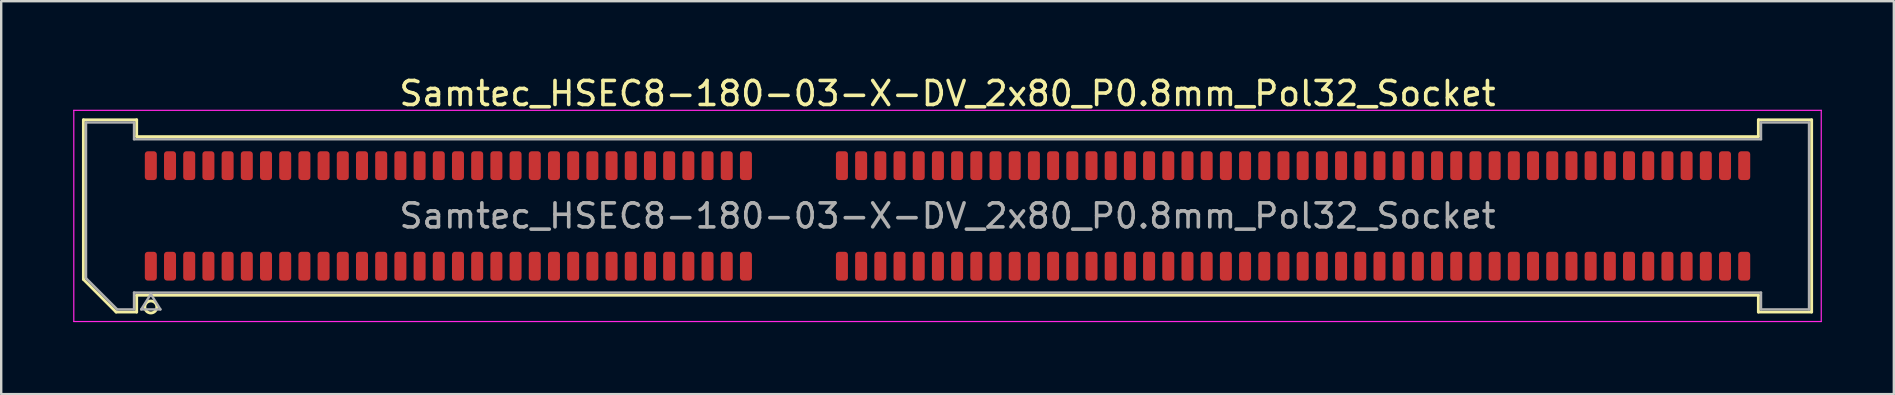
<source format=kicad_pcb>
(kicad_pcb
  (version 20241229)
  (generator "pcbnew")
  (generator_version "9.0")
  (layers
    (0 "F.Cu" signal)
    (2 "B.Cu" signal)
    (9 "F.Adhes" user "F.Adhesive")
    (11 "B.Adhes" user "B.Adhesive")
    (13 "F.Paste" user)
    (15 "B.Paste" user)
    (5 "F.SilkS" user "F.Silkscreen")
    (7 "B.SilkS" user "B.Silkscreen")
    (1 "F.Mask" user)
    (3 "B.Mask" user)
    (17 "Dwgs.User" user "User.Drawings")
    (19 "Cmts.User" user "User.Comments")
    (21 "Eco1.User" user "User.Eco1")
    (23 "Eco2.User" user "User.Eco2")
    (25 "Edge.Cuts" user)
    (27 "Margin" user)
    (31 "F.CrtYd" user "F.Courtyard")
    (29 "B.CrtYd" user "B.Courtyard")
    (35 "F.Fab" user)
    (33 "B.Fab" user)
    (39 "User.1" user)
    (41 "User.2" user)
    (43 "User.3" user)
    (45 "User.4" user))
  (footprint "Samtec_HSEC8-180-03-X-DV_2x80_P0.8mm_Pol32_Socket"
    (layer "F.Cu")
    (at 36.435 5.948)
    (property "Reference" "Samtec_HSEC8-180-03-X-DV_2x80_P0.8mm_Pol32_Socket" (at 0 -5.1 0) (layer "F.SilkS") (effects (font (size 1 1) (thickness 0.15))))
    (attr smd)
    (fp_line (start -36.01 -4.005) (end -33.79 -4.005) (stroke (width 0.12) (type solid)) (layer "F.SilkS"))
    (fp_line (start -36.01 2.641) (end -36.01 -4.005) (stroke (width 0.12) (type solid)) (layer "F.SilkS"))
    (fp_line (start -34.646 4.005) (end -36.01 2.641) (stroke (width 0.12) (type solid)) (layer "F.SilkS"))
    (fp_line (start -33.79 -4.005) (end -33.79 -3.305) (stroke (width 0.12) (type solid)) (layer "F.SilkS"))
    (fp_line (start -33.79 -3.305) (end 33.79 -3.305) (stroke (width 0.12) (type solid)) (layer "F.SilkS"))
    (fp_line (start -33.79 3.305) (end -33.79 4.005) (stroke (width 0.12) (type solid)) (layer "F.SilkS"))
    (fp_line (start -33.79 4.005) (end -34.646 4.005) (stroke (width 0.12) (type solid)) (layer "F.SilkS"))
    (fp_line (start 33.79 -4.005) (end 36.01 -4.005) (stroke (width 0.12) (type solid)) (layer "F.SilkS"))
    (fp_line (start 33.79 -3.305) (end 33.79 -4.005) (stroke (width 0.12) (type solid)) (layer "F.SilkS"))
    (fp_line (start 33.79 3.305) (end -33.79 3.305) (stroke (width 0.12) (type solid)) (layer "F.SilkS"))
    (fp_line (start 33.79 4.005) (end 33.79 3.305) (stroke (width 0.12) (type solid)) (layer "F.SilkS"))
    (fp_line (start 36.01 -4.005) (end 36.01 4.005) (stroke (width 0.12) (type solid)) (layer "F.SilkS"))
    (fp_line (start 36.01 4.005) (end 33.79 4.005) (stroke (width 0.12) (type solid)) (layer "F.SilkS"))
    (fp_arc (start -32.95 3.795) (mid -33.45 3.795) (end -32.95 3.795) (stroke (width 0.12) (type solid)) (layer "F.SilkS"))
    (fp_line (start -36.41 -4.4) (end -36.41 4.4) (stroke (width 0.05) (type solid)) (layer "F.CrtYd"))
    (fp_line (start -36.41 4.4) (end 36.41 4.4) (stroke (width 0.05) (type solid)) (layer "F.CrtYd"))
    (fp_line (start 36.41 -4.4) (end -36.41 -4.4) (stroke (width 0.05) (type solid)) (layer "F.CrtYd"))
    (fp_line (start 36.41 4.4) (end 36.41 -4.4) (stroke (width 0.05) (type solid)) (layer "F.CrtYd"))
    (fp_line (start -35.9 -3.895) (end -33.9 -3.895) (stroke (width 0.1) (type solid)) (layer "F.Fab"))
    (fp_line (start -35.9 2.595) (end -35.9 -3.895) (stroke (width 0.1) (type solid)) (layer "F.Fab"))
    (fp_line (start -34.6 3.895) (end -35.9 2.595) (stroke (width 0.1) (type solid)) (layer "F.Fab"))
    (fp_line (start -33.9 -3.895) (end -33.9 -3.195) (stroke (width 0.1) (type solid)) (layer "F.Fab"))
    (fp_line (start -33.9 -3.195) (end 33.9 -3.195) (stroke (width 0.1) (type solid)) (layer "F.Fab"))
    (fp_line (start -33.9 3.195) (end -33.9 3.895) (stroke (width 0.1) (type solid)) (layer "F.Fab"))
    (fp_line (start -33.9 3.895) (end -34.6 3.895) (stroke (width 0.1) (type solid)) (layer "F.Fab"))
    (fp_line (start -33.6 3.895) (end -33.2 3.255) (stroke (width 0.1) (type solid)) (layer "F.Fab"))
    (fp_line (start -33.2 3.255) (end -32.8 3.895) (stroke (width 0.1) (type solid)) (layer "F.Fab"))
    (fp_line (start -32.8 3.895) (end -33.6 3.895) (stroke (width 0.1) (type solid)) (layer "F.Fab"))
    (fp_line (start 33.9 -3.895) (end 35.9 -3.895) (stroke (width 0.1) (type solid)) (layer "F.Fab"))
    (fp_line (start 33.9 -3.195) (end 33.9 -3.895) (stroke (width 0.1) (type solid)) (layer "F.Fab"))
    (fp_line (start 33.9 3.195) (end -33.9 3.195) (stroke (width 0.1) (type solid)) (layer "F.Fab"))
    (fp_line (start 33.9 3.895) (end 33.9 3.195) (stroke (width 0.1) (type solid)) (layer "F.Fab"))
    (fp_line (start 35.9 -3.895) (end 35.9 3.895) (stroke (width 0.1) (type solid)) (layer "F.Fab"))
    (fp_line (start 35.9 3.895) (end 33.9 3.895) (stroke (width 0.1) (type solid)) (layer "F.Fab"))
    (fp_text user "${REFERENCE}" (at 0 0 0) (layer "F.Fab") (effects (font (size 1 1) (thickness 0.15))))
    (pad "1" smd roundrect (at -33.2 2.095) (size 0.5 1.2) (layers "F.Cu" "F.Mask" "F.Paste") (roundrect_rratio 0.25))
    (pad "2" smd roundrect (at -33.2 -2.095) (size 0.5 1.2) (layers "F.Cu" "F.Mask" "F.Paste") (roundrect_rratio 0.25))
    (pad "3" smd roundrect (at -32.4 2.095) (size 0.5 1.2) (layers "F.Cu" "F.Mask" "F.Paste") (roundrect_rratio 0.25))
    (pad "4" smd roundrect (at -32.4 -2.095) (size 0.5 1.2) (layers "F.Cu" "F.Mask" "F.Paste") (roundrect_rratio 0.25))
    (pad "5" smd roundrect (at -31.6 2.095) (size 0.5 1.2) (layers "F.Cu" "F.Mask" "F.Paste") (roundrect_rratio 0.25))
    (pad "6" smd roundrect (at -31.6 -2.095) (size 0.5 1.2) (layers "F.Cu" "F.Mask" "F.Paste") (roundrect_rratio 0.25))
    (pad "7" smd roundrect (at -30.8 2.095) (size 0.5 1.2) (layers "F.Cu" "F.Mask" "F.Paste") (roundrect_rratio 0.25))
    (pad "8" smd roundrect (at -30.8 -2.095) (size 0.5 1.2) (layers "F.Cu" "F.Mask" "F.Paste") (roundrect_rratio 0.25))
    (pad "9" smd roundrect (at -30 2.095) (size 0.5 1.2) (layers "F.Cu" "F.Mask" "F.Paste") (roundrect_rratio 0.25))
    (pad "10" smd roundrect (at -30 -2.095) (size 0.5 1.2) (layers "F.Cu" "F.Mask" "F.Paste") (roundrect_rratio 0.25))
    (pad "11" smd roundrect (at -29.2 2.095) (size 0.5 1.2) (layers "F.Cu" "F.Mask" "F.Paste") (roundrect_rratio 0.25))
    (pad "12" smd roundrect (at -29.2 -2.095) (size 0.5 1.2) (layers "F.Cu" "F.Mask" "F.Paste") (roundrect_rratio 0.25))
    (pad "13" smd roundrect (at -28.4 2.095) (size 0.5 1.2) (layers "F.Cu" "F.Mask" "F.Paste") (roundrect_rratio 0.25))
    (pad "14" smd roundrect (at -28.4 -2.095) (size 0.5 1.2) (layers "F.Cu" "F.Mask" "F.Paste") (roundrect_rratio 0.25))
    (pad "15" smd roundrect (at -27.6 2.095) (size 0.5 1.2) (layers "F.Cu" "F.Mask" "F.Paste") (roundrect_rratio 0.25))
    (pad "16" smd roundrect (at -27.6 -2.095) (size 0.5 1.2) (layers "F.Cu" "F.Mask" "F.Paste") (roundrect_rratio 0.25))
    (pad "17" smd roundrect (at -26.8 2.095) (size 0.5 1.2) (layers "F.Cu" "F.Mask" "F.Paste") (roundrect_rratio 0.25))
    (pad "18" smd roundrect (at -26.8 -2.095) (size 0.5 1.2) (layers "F.Cu" "F.Mask" "F.Paste") (roundrect_rratio 0.25))
    (pad "19" smd roundrect (at -26 2.095) (size 0.5 1.2) (layers "F.Cu" "F.Mask" "F.Paste") (roundrect_rratio 0.25))
    (pad "20" smd roundrect (at -26 -2.095) (size 0.5 1.2) (layers "F.Cu" "F.Mask" "F.Paste") (roundrect_rratio 0.25))
    (pad "21" smd roundrect (at -25.2 2.095) (size 0.5 1.2) (layers "F.Cu" "F.Mask" "F.Paste") (roundrect_rratio 0.25))
    (pad "22" smd roundrect (at -25.2 -2.095) (size 0.5 1.2) (layers "F.Cu" "F.Mask" "F.Paste") (roundrect_rratio 0.25))
    (pad "23" smd roundrect (at -24.4 2.095) (size 0.5 1.2) (layers "F.Cu" "F.Mask" "F.Paste") (roundrect_rratio 0.25))
    (pad "24" smd roundrect (at -24.4 -2.095) (size 0.5 1.2) (layers "F.Cu" "F.Mask" "F.Paste") (roundrect_rratio 0.25))
    (pad "25" smd roundrect (at -23.6 2.095) (size 0.5 1.2) (layers "F.Cu" "F.Mask" "F.Paste") (roundrect_rratio 0.25))
    (pad "26" smd roundrect (at -23.6 -2.095) (size 0.5 1.2) (layers "F.Cu" "F.Mask" "F.Paste") (roundrect_rratio 0.25))
    (pad "27" smd roundrect (at -22.8 2.095) (size 0.5 1.2) (layers "F.Cu" "F.Mask" "F.Paste") (roundrect_rratio 0.25))
    (pad "28" smd roundrect (at -22.8 -2.095) (size 0.5 1.2) (layers "F.Cu" "F.Mask" "F.Paste") (roundrect_rratio 0.25))
    (pad "29" smd roundrect (at -22 2.095) (size 0.5 1.2) (layers "F.Cu" "F.Mask" "F.Paste") (roundrect_rratio 0.25))
    (pad "30" smd roundrect (at -22 -2.095) (size 0.5 1.2) (layers "F.Cu" "F.Mask" "F.Paste") (roundrect_rratio 0.25))
    (pad "31" smd roundrect (at -21.2 2.095) (size 0.5 1.2) (layers "F.Cu" "F.Mask" "F.Paste") (roundrect_rratio 0.25))
    (pad "32" smd roundrect (at -21.2 -2.095) (size 0.5 1.2) (layers "F.Cu" "F.Mask" "F.Paste") (roundrect_rratio 0.25))
    (pad "33" smd roundrect (at -20.4 2.095) (size 0.5 1.2) (layers "F.Cu" "F.Mask" "F.Paste") (roundrect_rratio 0.25))
    (pad "34" smd roundrect (at -20.4 -2.095) (size 0.5 1.2) (layers "F.Cu" "F.Mask" "F.Paste") (roundrect_rratio 0.25))
    (pad "35" smd roundrect (at -19.6 2.095) (size 0.5 1.2) (layers "F.Cu" "F.Mask" "F.Paste") (roundrect_rratio 0.25))
    (pad "36" smd roundrect (at -19.6 -2.095) (size 0.5 1.2) (layers "F.Cu" "F.Mask" "F.Paste") (roundrect_rratio 0.25))
    (pad "37" smd roundrect (at -18.8 2.095) (size 0.5 1.2) (layers "F.Cu" "F.Mask" "F.Paste") (roundrect_rratio 0.25))
    (pad "38" smd roundrect (at -18.8 -2.095) (size 0.5 1.2) (layers "F.Cu" "F.Mask" "F.Paste") (roundrect_rratio 0.25))
    (pad "39" smd roundrect (at -18 2.095) (size 0.5 1.2) (layers "F.Cu" "F.Mask" "F.Paste") (roundrect_rratio 0.25))
    (pad "40" smd roundrect (at -18 -2.095) (size 0.5 1.2) (layers "F.Cu" "F.Mask" "F.Paste") (roundrect_rratio 0.25))
    (pad "41" smd roundrect (at -17.2 2.095) (size 0.5 1.2) (layers "F.Cu" "F.Mask" "F.Paste") (roundrect_rratio 0.25))
    (pad "42" smd roundrect (at -17.2 -2.095) (size 0.5 1.2) (layers "F.Cu" "F.Mask" "F.Paste") (roundrect_rratio 0.25))
    (pad "43" smd roundrect (at -16.4 2.095) (size 0.5 1.2) (layers "F.Cu" "F.Mask" "F.Paste") (roundrect_rratio 0.25))
    (pad "44" smd roundrect (at -16.4 -2.095) (size 0.5 1.2) (layers "F.Cu" "F.Mask" "F.Paste") (roundrect_rratio 0.25))
    (pad "45" smd roundrect (at -15.6 2.095) (size 0.5 1.2) (layers "F.Cu" "F.Mask" "F.Paste") (roundrect_rratio 0.25))
    (pad "46" smd roundrect (at -15.6 -2.095) (size 0.5 1.2) (layers "F.Cu" "F.Mask" "F.Paste") (roundrect_rratio 0.25))
    (pad "47" smd roundrect (at -14.8 2.095) (size 0.5 1.2) (layers "F.Cu" "F.Mask" "F.Paste") (roundrect_rratio 0.25))
    (pad "48" smd roundrect (at -14.8 -2.095) (size 0.5 1.2) (layers "F.Cu" "F.Mask" "F.Paste") (roundrect_rratio 0.25))
    (pad "49" smd roundrect (at -14 2.095) (size 0.5 1.2) (layers "F.Cu" "F.Mask" "F.Paste") (roundrect_rratio 0.25))
    (pad "50" smd roundrect (at -14 -2.095) (size 0.5 1.2) (layers "F.Cu" "F.Mask" "F.Paste") (roundrect_rratio 0.25))
    (pad "51" smd roundrect (at -13.2 2.095) (size 0.5 1.2) (layers "F.Cu" "F.Mask" "F.Paste") (roundrect_rratio 0.25))
    (pad "52" smd roundrect (at -13.2 -2.095) (size 0.5 1.2) (layers "F.Cu" "F.Mask" "F.Paste") (roundrect_rratio 0.25))
    (pad "53" smd roundrect (at -12.4 2.095) (size 0.5 1.2) (layers "F.Cu" "F.Mask" "F.Paste") (roundrect_rratio 0.25))
    (pad "54" smd roundrect (at -12.4 -2.095) (size 0.5 1.2) (layers "F.Cu" "F.Mask" "F.Paste") (roundrect_rratio 0.25))
    (pad "55" smd roundrect (at -11.6 2.095) (size 0.5 1.2) (layers "F.Cu" "F.Mask" "F.Paste") (roundrect_rratio 0.25))
    (pad "56" smd roundrect (at -11.6 -2.095) (size 0.5 1.2) (layers "F.Cu" "F.Mask" "F.Paste") (roundrect_rratio 0.25))
    (pad "57" smd roundrect (at -10.8 2.095) (size 0.5 1.2) (layers "F.Cu" "F.Mask" "F.Paste") (roundrect_rratio 0.25))
    (pad "58" smd roundrect (at -10.8 -2.095) (size 0.5 1.2) (layers "F.Cu" "F.Mask" "F.Paste") (roundrect_rratio 0.25))
    (pad "59" smd roundrect (at -10 2.095) (size 0.5 1.2) (layers "F.Cu" "F.Mask" "F.Paste") (roundrect_rratio 0.25))
    (pad "60" smd roundrect (at -10 -2.095) (size 0.5 1.2) (layers "F.Cu" "F.Mask" "F.Paste") (roundrect_rratio 0.25))
    (pad "61" smd roundrect (at -9.2 2.095) (size 0.5 1.2) (layers "F.Cu" "F.Mask" "F.Paste") (roundrect_rratio 0.25))
    (pad "62" smd roundrect (at -9.2 -2.095) (size 0.5 1.2) (layers "F.Cu" "F.Mask" "F.Paste") (roundrect_rratio 0.25))
    (pad "63" smd roundrect (at -8.4 2.095) (size 0.5 1.2) (layers "F.Cu" "F.Mask" "F.Paste") (roundrect_rratio 0.25))
    (pad "64" smd roundrect (at -8.4 -2.095) (size 0.5 1.2) (layers "F.Cu" "F.Mask" "F.Paste") (roundrect_rratio 0.25))
    (pad "65" smd roundrect (at -4.4 2.095) (size 0.5 1.2) (layers "F.Cu" "F.Mask" "F.Paste") (roundrect_rratio 0.25))
    (pad "66" smd roundrect (at -4.4 -2.095) (size 0.5 1.2) (layers "F.Cu" "F.Mask" "F.Paste") (roundrect_rratio 0.25))
    (pad "67" smd roundrect (at -3.6 2.095) (size 0.5 1.2) (layers "F.Cu" "F.Mask" "F.Paste") (roundrect_rratio 0.25))
    (pad "68" smd roundrect (at -3.6 -2.095) (size 0.5 1.2) (layers "F.Cu" "F.Mask" "F.Paste") (roundrect_rratio 0.25))
    (pad "69" smd roundrect (at -2.8 2.095) (size 0.5 1.2) (layers "F.Cu" "F.Mask" "F.Paste") (roundrect_rratio 0.25))
    (pad "70" smd roundrect (at -2.8 -2.095) (size 0.5 1.2) (layers "F.Cu" "F.Mask" "F.Paste") (roundrect_rratio 0.25))
    (pad "71" smd roundrect (at -2 2.095) (size 0.5 1.2) (layers "F.Cu" "F.Mask" "F.Paste") (roundrect_rratio 0.25))
    (pad "72" smd roundrect (at -2 -2.095) (size 0.5 1.2) (layers "F.Cu" "F.Mask" "F.Paste") (roundrect_rratio 0.25))
    (pad "73" smd roundrect (at -1.2 2.095) (size 0.5 1.2) (layers "F.Cu" "F.Mask" "F.Paste") (roundrect_rratio 0.25))
    (pad "74" smd roundrect (at -1.2 -2.095) (size 0.5 1.2) (layers "F.Cu" "F.Mask" "F.Paste") (roundrect_rratio 0.25))
    (pad "75" smd roundrect (at -0.4 2.095) (size 0.5 1.2) (layers "F.Cu" "F.Mask" "F.Paste") (roundrect_rratio 0.25))
    (pad "76" smd roundrect (at -0.4 -2.095) (size 0.5 1.2) (layers "F.Cu" "F.Mask" "F.Paste") (roundrect_rratio 0.25))
    (pad "77" smd roundrect (at 0.4 2.095) (size 0.5 1.2) (layers "F.Cu" "F.Mask" "F.Paste") (roundrect_rratio 0.25))
    (pad "78" smd roundrect (at 0.4 -2.095) (size 0.5 1.2) (layers "F.Cu" "F.Mask" "F.Paste") (roundrect_rratio 0.25))
    (pad "79" smd roundrect (at 1.2 2.095) (size 0.5 1.2) (layers "F.Cu" "F.Mask" "F.Paste") (roundrect_rratio 0.25))
    (pad "80" smd roundrect (at 1.2 -2.095) (size 0.5 1.2) (layers "F.Cu" "F.Mask" "F.Paste") (roundrect_rratio 0.25))
    (pad "81" smd roundrect (at 2 2.095) (size 0.5 1.2) (layers "F.Cu" "F.Mask" "F.Paste") (roundrect_rratio 0.25))
    (pad "82" smd roundrect (at 2 -2.095) (size 0.5 1.2) (layers "F.Cu" "F.Mask" "F.Paste") (roundrect_rratio 0.25))
    (pad "83" smd roundrect (at 2.8 2.095) (size 0.5 1.2) (layers "F.Cu" "F.Mask" "F.Paste") (roundrect_rratio 0.25))
    (pad "84" smd roundrect (at 2.8 -2.095) (size 0.5 1.2) (layers "F.Cu" "F.Mask" "F.Paste") (roundrect_rratio 0.25))
    (pad "85" smd roundrect (at 3.6 2.095) (size 0.5 1.2) (layers "F.Cu" "F.Mask" "F.Paste") (roundrect_rratio 0.25))
    (pad "86" smd roundrect (at 3.6 -2.095) (size 0.5 1.2) (layers "F.Cu" "F.Mask" "F.Paste") (roundrect_rratio 0.25))
    (pad "87" smd roundrect (at 4.4 2.095) (size 0.5 1.2) (layers "F.Cu" "F.Mask" "F.Paste") (roundrect_rratio 0.25))
    (pad "88" smd roundrect (at 4.4 -2.095) (size 0.5 1.2) (layers "F.Cu" "F.Mask" "F.Paste") (roundrect_rratio 0.25))
    (pad "89" smd roundrect (at 5.2 2.095) (size 0.5 1.2) (layers "F.Cu" "F.Mask" "F.Paste") (roundrect_rratio 0.25))
    (pad "90" smd roundrect (at 5.2 -2.095) (size 0.5 1.2) (layers "F.Cu" "F.Mask" "F.Paste") (roundrect_rratio 0.25))
    (pad "91" smd roundrect (at 6 2.095) (size 0.5 1.2) (layers "F.Cu" "F.Mask" "F.Paste") (roundrect_rratio 0.25))
    (pad "92" smd roundrect (at 6 -2.095) (size 0.5 1.2) (layers "F.Cu" "F.Mask" "F.Paste") (roundrect_rratio 0.25))
    (pad "93" smd roundrect (at 6.8 2.095) (size 0.5 1.2) (layers "F.Cu" "F.Mask" "F.Paste") (roundrect_rratio 0.25))
    (pad "94" smd roundrect (at 6.8 -2.095) (size 0.5 1.2) (layers "F.Cu" "F.Mask" "F.Paste") (roundrect_rratio 0.25))
    (pad "95" smd roundrect (at 7.6 2.095) (size 0.5 1.2) (layers "F.Cu" "F.Mask" "F.Paste") (roundrect_rratio 0.25))
    (pad "96" smd roundrect (at 7.6 -2.095) (size 0.5 1.2) (layers "F.Cu" "F.Mask" "F.Paste") (roundrect_rratio 0.25))
    (pad "97" smd roundrect (at 8.4 2.095) (size 0.5 1.2) (layers "F.Cu" "F.Mask" "F.Paste") (roundrect_rratio 0.25))
    (pad "98" smd roundrect (at 8.4 -2.095) (size 0.5 1.2) (layers "F.Cu" "F.Mask" "F.Paste") (roundrect_rratio 0.25))
    (pad "99" smd roundrect (at 9.2 2.095) (size 0.5 1.2) (layers "F.Cu" "F.Mask" "F.Paste") (roundrect_rratio 0.25))
    (pad "100" smd roundrect (at 9.2 -2.095) (size 0.5 1.2) (layers "F.Cu" "F.Mask" "F.Paste") (roundrect_rratio 0.25))
    (pad "101" smd roundrect (at 10 2.095) (size 0.5 1.2) (layers "F.Cu" "F.Mask" "F.Paste") (roundrect_rratio 0.25))
    (pad "102" smd roundrect (at 10 -2.095) (size 0.5 1.2) (layers "F.Cu" "F.Mask" "F.Paste") (roundrect_rratio 0.25))
    (pad "103" smd roundrect (at 10.8 2.095) (size 0.5 1.2) (layers "F.Cu" "F.Mask" "F.Paste") (roundrect_rratio 0.25))
    (pad "104" smd roundrect (at 10.8 -2.095) (size 0.5 1.2) (layers "F.Cu" "F.Mask" "F.Paste") (roundrect_rratio 0.25))
    (pad "105" smd roundrect (at 11.6 2.095) (size 0.5 1.2) (layers "F.Cu" "F.Mask" "F.Paste") (roundrect_rratio 0.25))
    (pad "106" smd roundrect (at 11.6 -2.095) (size 0.5 1.2) (layers "F.Cu" "F.Mask" "F.Paste") (roundrect_rratio 0.25))
    (pad "107" smd roundrect (at 12.4 2.095) (size 0.5 1.2) (layers "F.Cu" "F.Mask" "F.Paste") (roundrect_rratio 0.25))
    (pad "108" smd roundrect (at 12.4 -2.095) (size 0.5 1.2) (layers "F.Cu" "F.Mask" "F.Paste") (roundrect_rratio 0.25))
    (pad "109" smd roundrect (at 13.2 2.095) (size 0.5 1.2) (layers "F.Cu" "F.Mask" "F.Paste") (roundrect_rratio 0.25))
    (pad "110" smd roundrect (at 13.2 -2.095) (size 0.5 1.2) (layers "F.Cu" "F.Mask" "F.Paste") (roundrect_rratio 0.25))
    (pad "111" smd roundrect (at 14 2.095) (size 0.5 1.2) (layers "F.Cu" "F.Mask" "F.Paste") (roundrect_rratio 0.25))
    (pad "112" smd roundrect (at 14 -2.095) (size 0.5 1.2) (layers "F.Cu" "F.Mask" "F.Paste") (roundrect_rratio 0.25))
    (pad "113" smd roundrect (at 14.8 2.095) (size 0.5 1.2) (layers "F.Cu" "F.Mask" "F.Paste") (roundrect_rratio 0.25))
    (pad "114" smd roundrect (at 14.8 -2.095) (size 0.5 1.2) (layers "F.Cu" "F.Mask" "F.Paste") (roundrect_rratio 0.25))
    (pad "115" smd roundrect (at 15.6 2.095) (size 0.5 1.2) (layers "F.Cu" "F.Mask" "F.Paste") (roundrect_rratio 0.25))
    (pad "116" smd roundrect (at 15.6 -2.095) (size 0.5 1.2) (layers "F.Cu" "F.Mask" "F.Paste") (roundrect_rratio 0.25))
    (pad "117" smd roundrect (at 16.4 2.095) (size 0.5 1.2) (layers "F.Cu" "F.Mask" "F.Paste") (roundrect_rratio 0.25))
    (pad "118" smd roundrect (at 16.4 -2.095) (size 0.5 1.2) (layers "F.Cu" "F.Mask" "F.Paste") (roundrect_rratio 0.25))
    (pad "119" smd roundrect (at 17.2 2.095) (size 0.5 1.2) (layers "F.Cu" "F.Mask" "F.Paste") (roundrect_rratio 0.25))
    (pad "120" smd roundrect (at 17.2 -2.095) (size 0.5 1.2) (layers "F.Cu" "F.Mask" "F.Paste") (roundrect_rratio 0.25))
    (pad "121" smd roundrect (at 18 2.095) (size 0.5 1.2) (layers "F.Cu" "F.Mask" "F.Paste") (roundrect_rratio 0.25))
    (pad "122" smd roundrect (at 18 -2.095) (size 0.5 1.2) (layers "F.Cu" "F.Mask" "F.Paste") (roundrect_rratio 0.25))
    (pad "123" smd roundrect (at 18.8 2.095) (size 0.5 1.2) (layers "F.Cu" "F.Mask" "F.Paste") (roundrect_rratio 0.25))
    (pad "124" smd roundrect (at 18.8 -2.095) (size 0.5 1.2) (layers "F.Cu" "F.Mask" "F.Paste") (roundrect_rratio 0.25))
    (pad "125" smd roundrect (at 19.6 2.095) (size 0.5 1.2) (layers "F.Cu" "F.Mask" "F.Paste") (roundrect_rratio 0.25))
    (pad "126" smd roundrect (at 19.6 -2.095) (size 0.5 1.2) (layers "F.Cu" "F.Mask" "F.Paste") (roundrect_rratio 0.25))
    (pad "127" smd roundrect (at 20.4 2.095) (size 0.5 1.2) (layers "F.Cu" "F.Mask" "F.Paste") (roundrect_rratio 0.25))
    (pad "128" smd roundrect (at 20.4 -2.095) (size 0.5 1.2) (layers "F.Cu" "F.Mask" "F.Paste") (roundrect_rratio 0.25))
    (pad "129" smd roundrect (at 21.2 2.095) (size 0.5 1.2) (layers "F.Cu" "F.Mask" "F.Paste") (roundrect_rratio 0.25))
    (pad "130" smd roundrect (at 21.2 -2.095) (size 0.5 1.2) (layers "F.Cu" "F.Mask" "F.Paste") (roundrect_rratio 0.25))
    (pad "131" smd roundrect (at 22 2.095) (size 0.5 1.2) (layers "F.Cu" "F.Mask" "F.Paste") (roundrect_rratio 0.25))
    (pad "132" smd roundrect (at 22 -2.095) (size 0.5 1.2) (layers "F.Cu" "F.Mask" "F.Paste") (roundrect_rratio 0.25))
    (pad "133" smd roundrect (at 22.8 2.095) (size 0.5 1.2) (layers "F.Cu" "F.Mask" "F.Paste") (roundrect_rratio 0.25))
    (pad "134" smd roundrect (at 22.8 -2.095) (size 0.5 1.2) (layers "F.Cu" "F.Mask" "F.Paste") (roundrect_rratio 0.25))
    (pad "135" smd roundrect (at 23.6 2.095) (size 0.5 1.2) (layers "F.Cu" "F.Mask" "F.Paste") (roundrect_rratio 0.25))
    (pad "136" smd roundrect (at 23.6 -2.095) (size 0.5 1.2) (layers "F.Cu" "F.Mask" "F.Paste") (roundrect_rratio 0.25))
    (pad "137" smd roundrect (at 24.4 2.095) (size 0.5 1.2) (layers "F.Cu" "F.Mask" "F.Paste") (roundrect_rratio 0.25))
    (pad "138" smd roundrect (at 24.4 -2.095) (size 0.5 1.2) (layers "F.Cu" "F.Mask" "F.Paste") (roundrect_rratio 0.25))
    (pad "139" smd roundrect (at 25.2 2.095) (size 0.5 1.2) (layers "F.Cu" "F.Mask" "F.Paste") (roundrect_rratio 0.25))
    (pad "140" smd roundrect (at 25.2 -2.095) (size 0.5 1.2) (layers "F.Cu" "F.Mask" "F.Paste") (roundrect_rratio 0.25))
    (pad "141" smd roundrect (at 26 2.095) (size 0.5 1.2) (layers "F.Cu" "F.Mask" "F.Paste") (roundrect_rratio 0.25))
    (pad "142" smd roundrect (at 26 -2.095) (size 0.5 1.2) (layers "F.Cu" "F.Mask" "F.Paste") (roundrect_rratio 0.25))
    (pad "143" smd roundrect (at 26.8 2.095) (size 0.5 1.2) (layers "F.Cu" "F.Mask" "F.Paste") (roundrect_rratio 0.25))
    (pad "144" smd roundrect (at 26.8 -2.095) (size 0.5 1.2) (layers "F.Cu" "F.Mask" "F.Paste") (roundrect_rratio 0.25))
    (pad "145" smd roundrect (at 27.6 2.095) (size 0.5 1.2) (layers "F.Cu" "F.Mask" "F.Paste") (roundrect_rratio 0.25))
    (pad "146" smd roundrect (at 27.6 -2.095) (size 0.5 1.2) (layers "F.Cu" "F.Mask" "F.Paste") (roundrect_rratio 0.25))
    (pad "147" smd roundrect (at 28.4 2.095) (size 0.5 1.2) (layers "F.Cu" "F.Mask" "F.Paste") (roundrect_rratio 0.25))
    (pad "148" smd roundrect (at 28.4 -2.095) (size 0.5 1.2) (layers "F.Cu" "F.Mask" "F.Paste") (roundrect_rratio 0.25))
    (pad "149" smd roundrect (at 29.2 2.095) (size 0.5 1.2) (layers "F.Cu" "F.Mask" "F.Paste") (roundrect_rratio 0.25))
    (pad "150" smd roundrect (at 29.2 -2.095) (size 0.5 1.2) (layers "F.Cu" "F.Mask" "F.Paste") (roundrect_rratio 0.25))
    (pad "151" smd roundrect (at 30 2.095) (size 0.5 1.2) (layers "F.Cu" "F.Mask" "F.Paste") (roundrect_rratio 0.25))
    (pad "152" smd roundrect (at 30 -2.095) (size 0.5 1.2) (layers "F.Cu" "F.Mask" "F.Paste") (roundrect_rratio 0.25))
    (pad "153" smd roundrect (at 30.8 2.095) (size 0.5 1.2) (layers "F.Cu" "F.Mask" "F.Paste") (roundrect_rratio 0.25))
    (pad "154" smd roundrect (at 30.8 -2.095) (size 0.5 1.2) (layers "F.Cu" "F.Mask" "F.Paste") (roundrect_rratio 0.25))
    (pad "155" smd roundrect (at 31.6 2.095) (size 0.5 1.2) (layers "F.Cu" "F.Mask" "F.Paste") (roundrect_rratio 0.25))
    (pad "156" smd roundrect (at 31.6 -2.095) (size 0.5 1.2) (layers "F.Cu" "F.Mask" "F.Paste") (roundrect_rratio 0.25))
    (pad "157" smd roundrect (at 32.4 2.095) (size 0.5 1.2) (layers "F.Cu" "F.Mask" "F.Paste") (roundrect_rratio 0.25))
    (pad "158" smd roundrect (at 32.4 -2.095) (size 0.5 1.2) (layers "F.Cu" "F.Mask" "F.Paste") (roundrect_rratio 0.25))
    (pad "159" smd roundrect (at 33.2 2.095) (size 0.5 1.2) (layers "F.Cu" "F.Mask" "F.Paste") (roundrect_rratio 0.25))
    (pad "160" smd roundrect (at 33.2 -2.095) (size 0.5 1.2) (layers "F.Cu" "F.Mask" "F.Paste") (roundrect_rratio 0.25)))
  (gr_rect
    (start -3 -3)
    (end 75.87 13.373)
    (stroke (width 0.1) (type default))
    (fill no)
    (layer "Edge.Cuts")))
</source>
